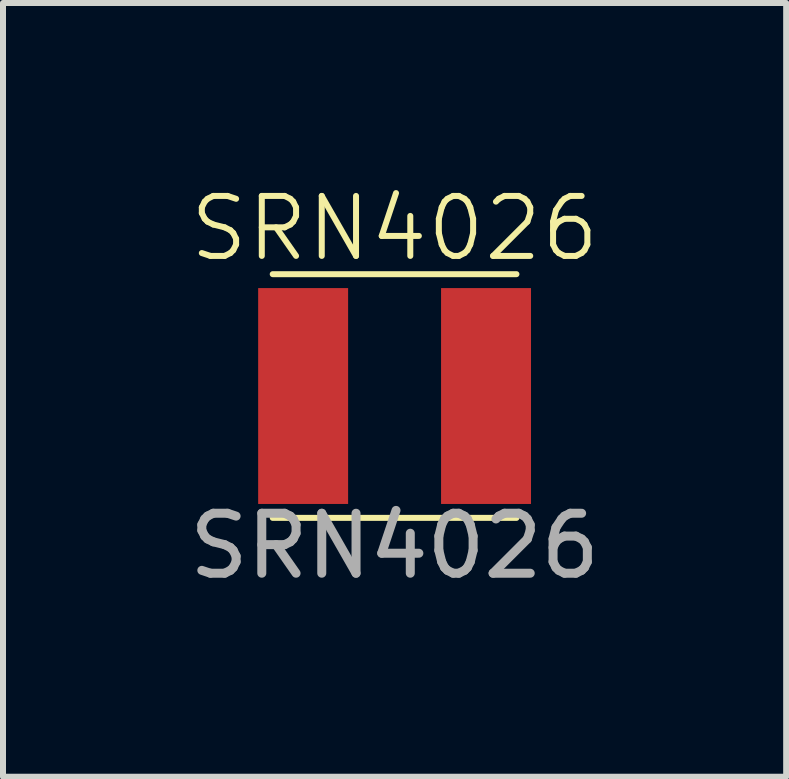
<source format=kicad_pcb>
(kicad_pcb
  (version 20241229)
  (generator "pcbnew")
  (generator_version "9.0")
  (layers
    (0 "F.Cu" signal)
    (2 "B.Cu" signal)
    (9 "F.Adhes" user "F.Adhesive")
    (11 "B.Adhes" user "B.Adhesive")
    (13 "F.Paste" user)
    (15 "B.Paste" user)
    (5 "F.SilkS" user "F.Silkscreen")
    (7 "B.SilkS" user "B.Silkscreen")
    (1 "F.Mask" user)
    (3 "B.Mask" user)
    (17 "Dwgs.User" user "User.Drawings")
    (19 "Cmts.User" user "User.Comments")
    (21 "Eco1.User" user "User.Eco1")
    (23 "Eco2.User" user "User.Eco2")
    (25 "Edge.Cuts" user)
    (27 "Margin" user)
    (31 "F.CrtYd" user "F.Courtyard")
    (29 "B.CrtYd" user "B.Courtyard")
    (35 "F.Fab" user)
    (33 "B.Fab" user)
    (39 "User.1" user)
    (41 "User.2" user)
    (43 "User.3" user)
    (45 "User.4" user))
  (footprint "SRN4026"
    (layer "F.Cu")
    (at 3.53 3.554)
    (property "Reference" "SRN4026" (at 0 -2.794 0) (unlocked yes) (layer "F.SilkS") (effects (font (size 1 1) (thickness 0.1))))
    (attr smd)
    (fp_line (start -2.032 -2.032) (end 2.032 -2.032) (stroke (width 0.1) (type default)) (layer "F.SilkS"))
    (fp_line (start -2.032 2.032) (end 2.032 2.032) (stroke (width 0.1) (type default)) (layer "F.SilkS"))
    (fp_text user "${REFERENCE}" (at 0 2.5 0) (unlocked yes) (layer "F.Fab") (effects (font (size 1 1) (thickness 0.15))))
    (pad "1" smd rect (at -1.525 0) (size 1.5 3.6) (layers "F.Cu" "F.Mask" "F.Paste"))
    (pad "2" smd rect (at 1.525 0) (size 1.5 3.6) (layers "F.Cu" "F.Mask" "F.Paste")))
  (gr_rect
    (start -3 -3)
    (end 10.06 9.903)
    (stroke (width 0.1) (type default))
    (fill no)
    (layer "Edge.Cuts")))
</source>
